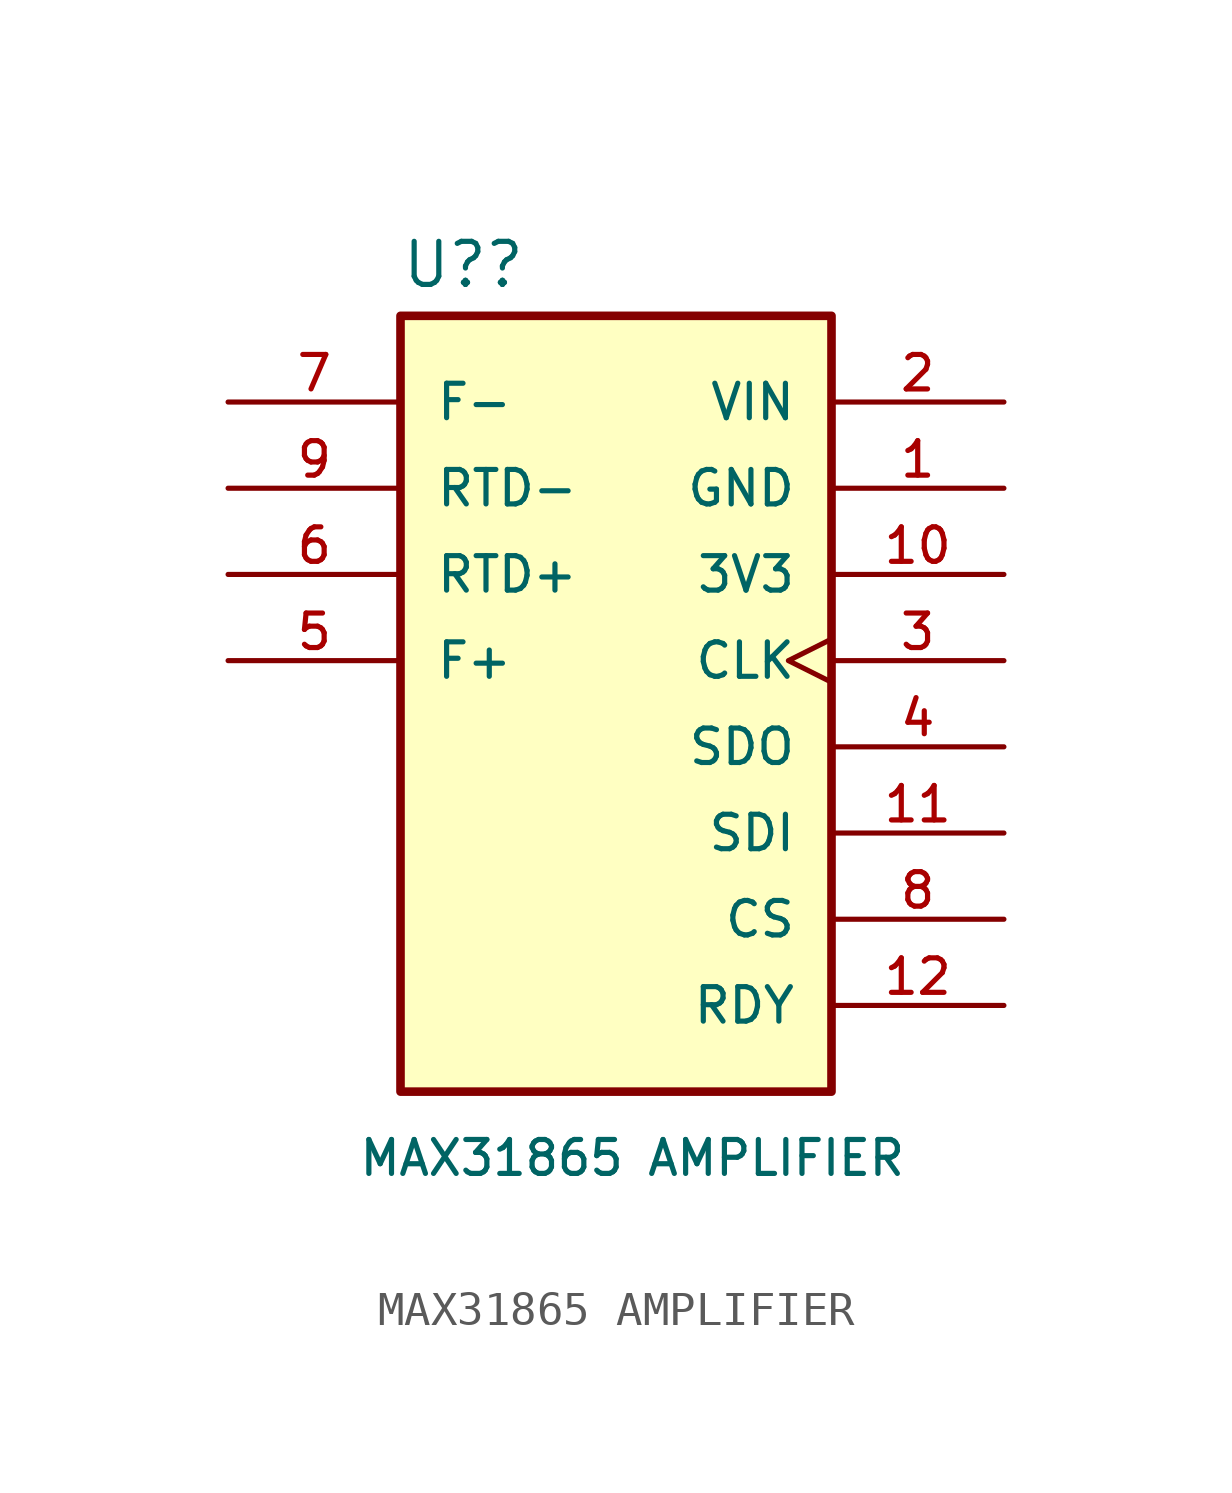
<source format=kicad_sym>
(kicad_symbol_lib
  (version 20220914)
  (generator kicad_symbol_editor)
  (symbol "MAX31865 AMPLIFIER"
    (pin_names
      (offset 1.016))
    (property "Reference" "U?"
      (at -10.16 10.922 0)
      (effects (font (size 1.27 1.27)) (justify left bottom)))
    (property "Value" "MAX31865 AMPLIFIER"
      (at -11.43 -15.24 0)
      (effects (font (size 1 1)) (justify left bottom)))
    (symbol "MAX31865 AMPLIFIER_0_0"
      (pin power_in line (at 7.62 5.08 180) (length 5.08) (name "GND" (effects (font (size 1.016 1.016)))) (number "1" (effects (font (size 1.016 1.016))))))
    (symbol "MAX31865 AMPLIFIER_1_0"
      (rectangle (start -10.16 10.16) (end 2.54 -12.7) (stroke (width 0.254) (type default)) (fill (type background)))
      (pin bidirectional line (at 7.62 2.54 180) (length 5.08) (name "3V3" (effects (font (size 1.016 1.016)))) (number "10" (effects (font (size 1.016 1.016)))))
      (pin bidirectional line (at 7.62 -5.08 180) (length 5.08) (name "SDI" (effects (font (size 1.016 1.016)))) (number "11" (effects (font (size 1.016 1.016)))))
      (pin bidirectional line (at 7.62 -10.16 180) (length 5.08) (name "RDY" (effects (font (size 1.016 1.016)))) (number "12" (effects (font (size 1.016 1.016)))))
      (pin power_in line (at 7.62 7.62 180) (length 5.08) (name "VIN" (effects (font (size 1.016 1.016)))) (number "2" (effects (font (size 1.016 1.016)))))
      (pin bidirectional clock (at 7.62 0 180) (length 5.08) (name "CLK" (effects (font (size 1.016 1.016)))) (number "3" (effects (font (size 1.016 1.016)))))
      (pin bidirectional line (at 7.62 -2.54 180) (length 5.08) (name "SDO" (effects (font (size 1.016 1.016)))) (number "4" (effects (font (size 1.016 1.016)))))
      (pin input line (at -15.24 0 0) (length 5.08) (name "F+" (effects (font (size 1.016 1.016)))) (number "5" (effects (font (size 1.016 1.016)))))
      (pin input line (at -15.24 2.54 0) (length 5.08) (name "RTD+" (effects (font (size 1.016 1.016)))) (number "6" (effects (font (size 1.016 1.016)))))
      (pin input line (at -15.24 7.62 0) (length 5.08) (name "F-" (effects (font (size 1.016 1.016)))) (number "7" (effects (font (size 1.016 1.016)))))
      (pin bidirectional line (at 7.62 -7.62 180) (length 5.08) (name "CS" (effects (font (size 1.016 1.016)))) (number "8" (effects (font (size 1.016 1.016)))))
      (pin input line (at -15.24 5.08 0) (length 5.08) (name "RTD-" (effects (font (size 1.016 1.016)))) (number "9" (effects (font (size 1.016 1.016))))))))
</source>
